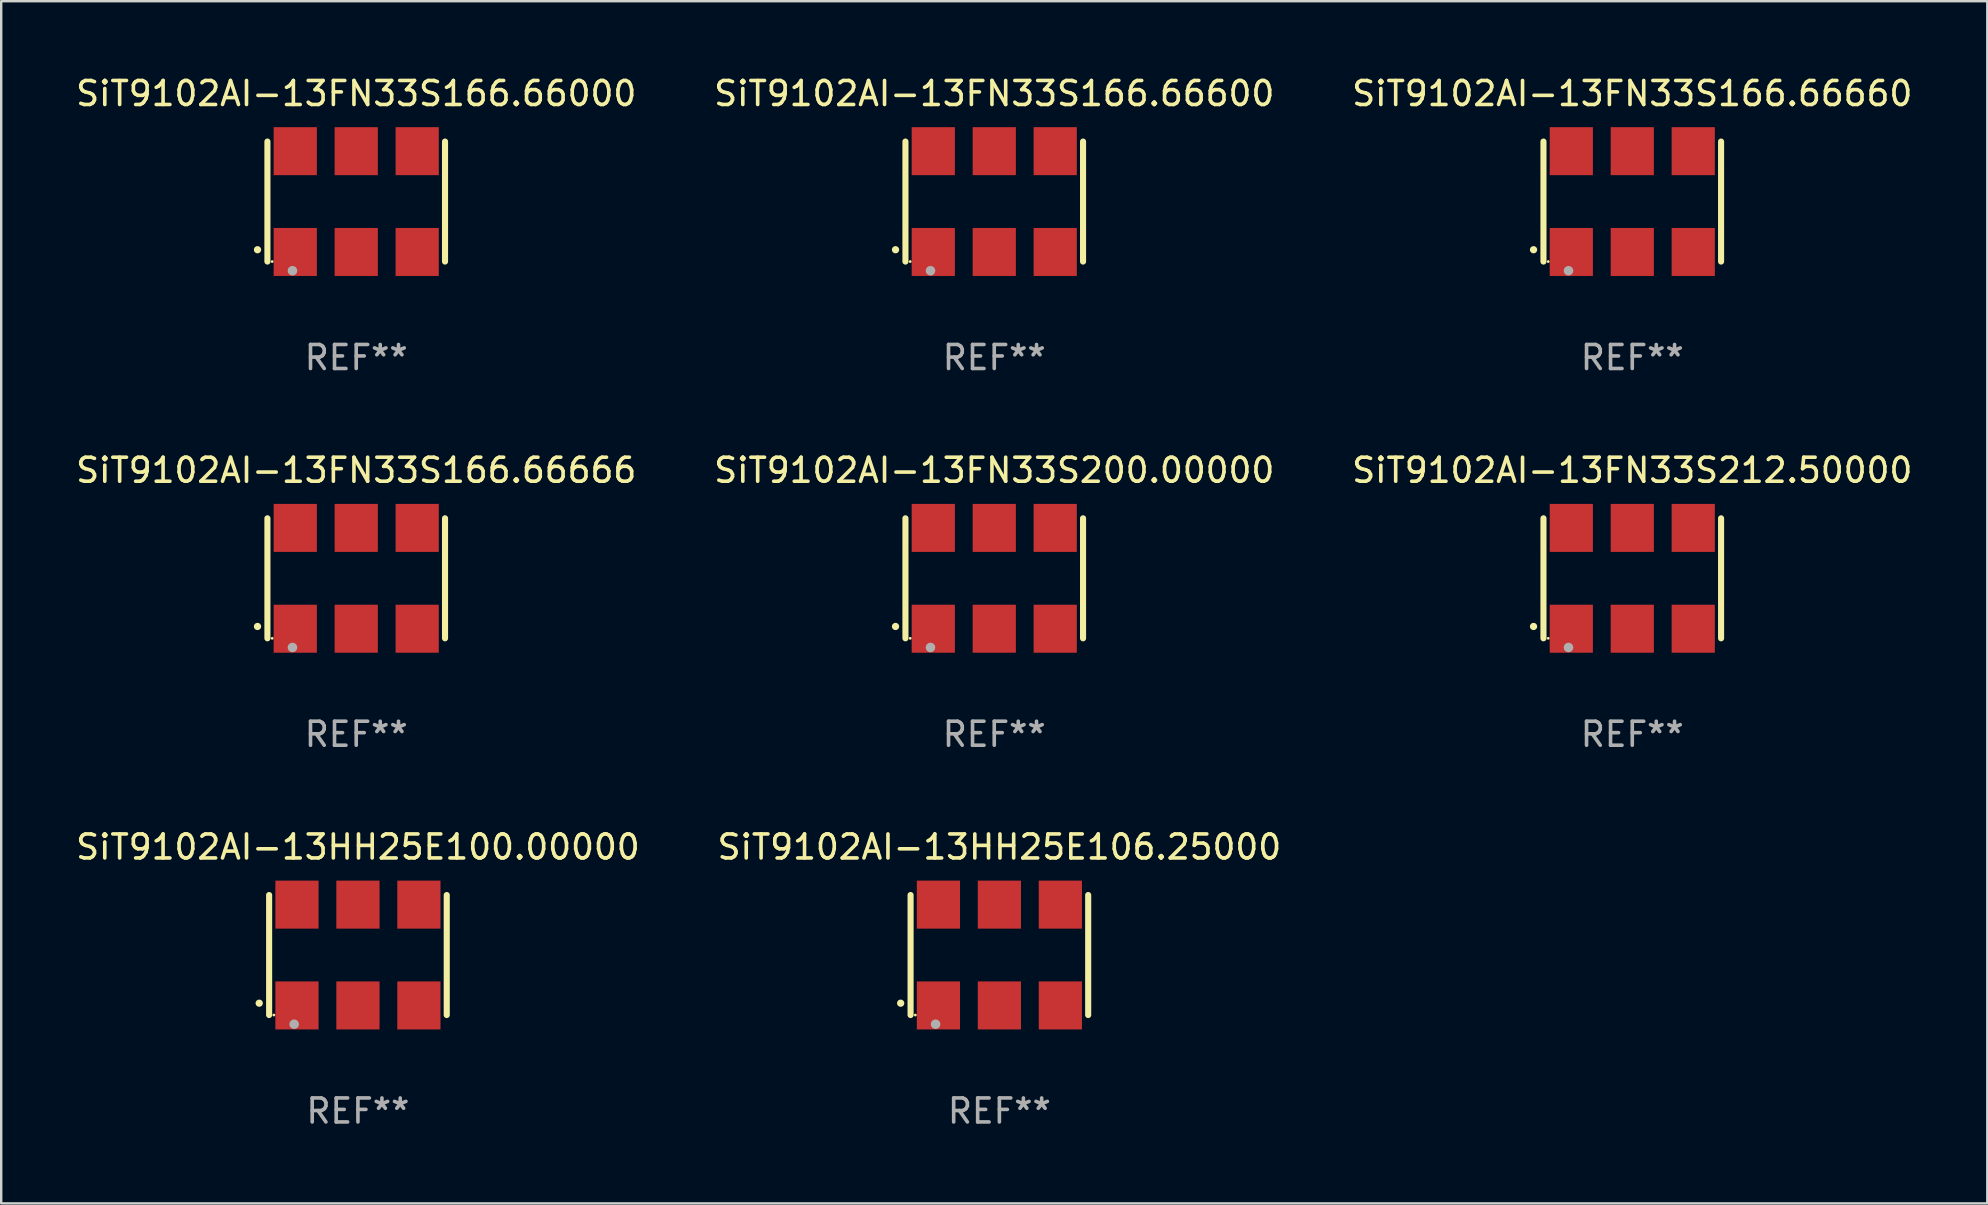
<source format=kicad_pcb>
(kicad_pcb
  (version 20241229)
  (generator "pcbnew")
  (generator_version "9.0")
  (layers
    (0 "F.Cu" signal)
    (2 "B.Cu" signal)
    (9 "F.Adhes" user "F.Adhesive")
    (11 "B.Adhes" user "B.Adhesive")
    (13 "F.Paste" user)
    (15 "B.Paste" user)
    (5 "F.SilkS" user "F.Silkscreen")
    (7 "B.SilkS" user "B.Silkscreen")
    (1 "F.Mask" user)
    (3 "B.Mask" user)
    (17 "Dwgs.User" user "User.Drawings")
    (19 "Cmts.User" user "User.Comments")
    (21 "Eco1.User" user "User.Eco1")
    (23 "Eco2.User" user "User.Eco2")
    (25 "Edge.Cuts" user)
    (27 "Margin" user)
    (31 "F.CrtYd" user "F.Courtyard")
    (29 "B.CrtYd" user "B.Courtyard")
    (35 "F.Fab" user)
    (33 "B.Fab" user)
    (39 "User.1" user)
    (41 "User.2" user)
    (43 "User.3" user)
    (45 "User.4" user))
  (footprint "SiT9102AI-13FN33S166.66666"
    (layer "F.Cu")
    (at 11.792 21.045)
    (property "Reference" "SiT9102AI-13FN33S166.66666" (at 0 -4.5 0) (layer "F.SilkS") (effects (font (size 1 1) (thickness 0.15))))
    (attr through_hole)
    (fp_line (start -3.7 -2.5) (end -3.7 2.5) (stroke (width 0.254) (type solid)) (layer "F.SilkS"))
    (fp_line (start 3.7 -2.5) (end 3.7 2.5) (stroke (width 0.254) (type solid)) (layer "F.SilkS"))
    (fp_arc (start -4.114415 2.006604) (mid -4.113145 2.006599) (end -4.111875 2.006604) (stroke (width 0.3) (type solid)) (layer "F.SilkS"))
    (fp_circle (center -3.502 2.5) (end -3.472 2.5) (stroke (width 0.06) (type solid)) (fill no) (layer "F.SilkS"))
    (fp_circle (center -2.657 2.882) (end -2.557 2.882) (stroke (width 0.2) (type solid)) (fill no) (layer "F.Fab"))
    (fp_text user "REF**" (at 0 6.5 0) (layer "F.Fab") (effects (font (size 1 1) (thickness 0.15))))
    (pad "1" smd rect (at -2.54 2.1) (size 1.8 2) (layers "F.Cu" "F.Mask" "F.Paste"))
    (pad "2" smd rect (at 0.000394 2.1) (size 1.8 2) (layers "F.Cu" "F.Mask" "F.Paste"))
    (pad "3" smd rect (at 2.54 2.1) (size 1.8 2) (layers "F.Cu" "F.Mask" "F.Paste"))
    (pad "4" smd rect (at 2.54 -2.1) (size 1.8 2) (layers "F.Cu" "F.Mask" "F.Paste"))
    (pad "5" smd rect (at 0.000394 -2.1) (size 1.8 2) (layers "F.Cu" "F.Mask" "F.Paste"))
    (pad "6" smd rect (at -2.54 -2.1) (size 1.8 2) (layers "F.Cu" "F.Mask" "F.Paste")))
  (footprint "SiT9102AI-13HH25E106.25000"
    (layer "F.Cu")
    (at 38.589 36.741)
    (property "Reference" "SiT9102AI-13HH25E106.25000" (at 0 -4.5 0) (layer "F.SilkS") (effects (font (size 1 1) (thickness 0.15))))
    (attr through_hole)
    (fp_line (start -3.7 -2.5) (end -3.7 2.5) (stroke (width 0.254) (type solid)) (layer "F.SilkS"))
    (fp_line (start 3.7 -2.5) (end 3.7 2.5) (stroke (width 0.254) (type solid)) (layer "F.SilkS"))
    (fp_arc (start -4.114415 2.006604) (mid -4.113145 2.006599) (end -4.111875 2.006604) (stroke (width 0.3) (type solid)) (layer "F.SilkS"))
    (fp_circle (center -3.502 2.5) (end -3.472 2.5) (stroke (width 0.06) (type solid)) (fill no) (layer "F.SilkS"))
    (fp_circle (center -2.657 2.882) (end -2.557 2.882) (stroke (width 0.2) (type solid)) (fill no) (layer "F.Fab"))
    (fp_text user "REF**" (at 0 6.5 0) (layer "F.Fab") (effects (font (size 1 1) (thickness 0.15))))
    (pad "1" smd rect (at -2.54 2.1) (size 1.8 2) (layers "F.Cu" "F.Mask" "F.Paste"))
    (pad "2" smd rect (at 0.000394 2.1) (size 1.8 2) (layers "F.Cu" "F.Mask" "F.Paste"))
    (pad "3" smd rect (at 2.54 2.1) (size 1.8 2) (layers "F.Cu" "F.Mask" "F.Paste"))
    (pad "4" smd rect (at 2.54 -2.1) (size 1.8 2) (layers "F.Cu" "F.Mask" "F.Paste"))
    (pad "5" smd rect (at 0.000394 -2.1) (size 1.8 2) (layers "F.Cu" "F.Mask" "F.Paste"))
    (pad "6" smd rect (at -2.54 -2.1) (size 1.8 2) (layers "F.Cu" "F.Mask" "F.Paste")))
  (footprint "SiT9102AI-13FN33S166.66600"
    (layer "F.Cu")
    (at 38.375 5.348)
    (property "Reference" "SiT9102AI-13FN33S166.66600" (at 0 -4.5 0) (layer "F.SilkS") (effects (font (size 1 1) (thickness 0.15))))
    (attr through_hole)
    (fp_line (start -3.7 -2.5) (end -3.7 2.5) (stroke (width 0.254) (type solid)) (layer "F.SilkS"))
    (fp_line (start 3.7 -2.5) (end 3.7 2.5) (stroke (width 0.254) (type solid)) (layer "F.SilkS"))
    (fp_arc (start -4.114415 2.006604) (mid -4.113145 2.006599) (end -4.111875 2.006604) (stroke (width 0.3) (type solid)) (layer "F.SilkS"))
    (fp_circle (center -3.502 2.5) (end -3.472 2.5) (stroke (width 0.06) (type solid)) (fill no) (layer "F.SilkS"))
    (fp_circle (center -2.657 2.882) (end -2.557 2.882) (stroke (width 0.2) (type solid)) (fill no) (layer "F.Fab"))
    (fp_text user "REF**" (at 0 6.5 0) (layer "F.Fab") (effects (font (size 1 1) (thickness 0.15))))
    (pad "1" smd rect (at -2.54 2.1) (size 1.8 2) (layers "F.Cu" "F.Mask" "F.Paste"))
    (pad "2" smd rect (at 0.000394 2.1) (size 1.8 2) (layers "F.Cu" "F.Mask" "F.Paste"))
    (pad "3" smd rect (at 2.54 2.1) (size 1.8 2) (layers "F.Cu" "F.Mask" "F.Paste"))
    (pad "4" smd rect (at 2.54 -2.1) (size 1.8 2) (layers "F.Cu" "F.Mask" "F.Paste"))
    (pad "5" smd rect (at 0.000394 -2.1) (size 1.8 2) (layers "F.Cu" "F.Mask" "F.Paste"))
    (pad "6" smd rect (at -2.54 -2.1) (size 1.8 2) (layers "F.Cu" "F.Mask" "F.Paste")))
  (footprint "SiT9102AI-13FN33S166.66660"
    (layer "F.Cu")
    (at 64.958 5.348)
    (property "Reference" "SiT9102AI-13FN33S166.66660" (at 0 -4.5 0) (layer "F.SilkS") (effects (font (size 1 1) (thickness 0.15))))
    (attr through_hole)
    (fp_line (start -3.7 -2.5) (end -3.7 2.5) (stroke (width 0.254) (type solid)) (layer "F.SilkS"))
    (fp_line (start 3.7 -2.5) (end 3.7 2.5) (stroke (width 0.254) (type solid)) (layer "F.SilkS"))
    (fp_arc (start -4.114415 2.006604) (mid -4.113145 2.006599) (end -4.111875 2.006604) (stroke (width 0.3) (type solid)) (layer "F.SilkS"))
    (fp_circle (center -3.502 2.5) (end -3.472 2.5) (stroke (width 0.06) (type solid)) (fill no) (layer "F.SilkS"))
    (fp_circle (center -2.657 2.882) (end -2.557 2.882) (stroke (width 0.2) (type solid)) (fill no) (layer "F.Fab"))
    (fp_text user "REF**" (at 0 6.5 0) (layer "F.Fab") (effects (font (size 1 1) (thickness 0.15))))
    (pad "1" smd rect (at -2.54 2.1) (size 1.8 2) (layers "F.Cu" "F.Mask" "F.Paste"))
    (pad "2" smd rect (at 0.000394 2.1) (size 1.8 2) (layers "F.Cu" "F.Mask" "F.Paste"))
    (pad "3" smd rect (at 2.54 2.1) (size 1.8 2) (layers "F.Cu" "F.Mask" "F.Paste"))
    (pad "4" smd rect (at 2.54 -2.1) (size 1.8 2) (layers "F.Cu" "F.Mask" "F.Paste"))
    (pad "5" smd rect (at 0.000394 -2.1) (size 1.8 2) (layers "F.Cu" "F.Mask" "F.Paste"))
    (pad "6" smd rect (at -2.54 -2.1) (size 1.8 2) (layers "F.Cu" "F.Mask" "F.Paste")))
  (footprint "SiT9102AI-13FN33S166.66000"
    (layer "F.Cu")
    (at 11.792 5.348)
    (property "Reference" "SiT9102AI-13FN33S166.66000" (at 0 -4.5 0) (layer "F.SilkS") (effects (font (size 1 1) (thickness 0.15))))
    (attr through_hole)
    (fp_line (start -3.7 -2.5) (end -3.7 2.5) (stroke (width 0.254) (type solid)) (layer "F.SilkS"))
    (fp_line (start 3.7 -2.5) (end 3.7 2.5) (stroke (width 0.254) (type solid)) (layer "F.SilkS"))
    (fp_arc (start -4.114415 2.006604) (mid -4.113145 2.006599) (end -4.111875 2.006604) (stroke (width 0.3) (type solid)) (layer "F.SilkS"))
    (fp_circle (center -3.502 2.5) (end -3.472 2.5) (stroke (width 0.06) (type solid)) (fill no) (layer "F.SilkS"))
    (fp_circle (center -2.657 2.882) (end -2.557 2.882) (stroke (width 0.2) (type solid)) (fill no) (layer "F.Fab"))
    (fp_text user "REF**" (at 0 6.5 0) (layer "F.Fab") (effects (font (size 1 1) (thickness 0.15))))
    (pad "1" smd rect (at -2.54 2.1) (size 1.8 2) (layers "F.Cu" "F.Mask" "F.Paste"))
    (pad "2" smd rect (at 0.000394 2.1) (size 1.8 2) (layers "F.Cu" "F.Mask" "F.Paste"))
    (pad "3" smd rect (at 2.54 2.1) (size 1.8 2) (layers "F.Cu" "F.Mask" "F.Paste"))
    (pad "4" smd rect (at 2.54 -2.1) (size 1.8 2) (layers "F.Cu" "F.Mask" "F.Paste"))
    (pad "5" smd rect (at 0.000394 -2.1) (size 1.8 2) (layers "F.Cu" "F.Mask" "F.Paste"))
    (pad "6" smd rect (at -2.54 -2.1) (size 1.8 2) (layers "F.Cu" "F.Mask" "F.Paste")))
  (footprint "SiT9102AI-13FN33S212.50000"
    (layer "F.Cu")
    (at 64.958 21.045)
    (property "Reference" "SiT9102AI-13FN33S212.50000" (at 0 -4.5 0) (layer "F.SilkS") (effects (font (size 1 1) (thickness 0.15))))
    (attr through_hole)
    (fp_line (start -3.7 -2.5) (end -3.7 2.5) (stroke (width 0.254) (type solid)) (layer "F.SilkS"))
    (fp_line (start 3.7 -2.5) (end 3.7 2.5) (stroke (width 0.254) (type solid)) (layer "F.SilkS"))
    (fp_arc (start -4.114415 2.006604) (mid -4.113145 2.006599) (end -4.111875 2.006604) (stroke (width 0.3) (type solid)) (layer "F.SilkS"))
    (fp_circle (center -3.502 2.5) (end -3.472 2.5) (stroke (width 0.06) (type solid)) (fill no) (layer "F.SilkS"))
    (fp_circle (center -2.657 2.882) (end -2.557 2.882) (stroke (width 0.2) (type solid)) (fill no) (layer "F.Fab"))
    (fp_text user "REF**" (at 0 6.5 0) (layer "F.Fab") (effects (font (size 1 1) (thickness 0.15))))
    (pad "1" smd rect (at -2.54 2.1) (size 1.8 2) (layers "F.Cu" "F.Mask" "F.Paste"))
    (pad "2" smd rect (at 0.000394 2.1) (size 1.8 2) (layers "F.Cu" "F.Mask" "F.Paste"))
    (pad "3" smd rect (at 2.54 2.1) (size 1.8 2) (layers "F.Cu" "F.Mask" "F.Paste"))
    (pad "4" smd rect (at 2.54 -2.1) (size 1.8 2) (layers "F.Cu" "F.Mask" "F.Paste"))
    (pad "5" smd rect (at 0.000394 -2.1) (size 1.8 2) (layers "F.Cu" "F.Mask" "F.Paste"))
    (pad "6" smd rect (at -2.54 -2.1) (size 1.8 2) (layers "F.Cu" "F.Mask" "F.Paste")))
  (footprint "SiT9102AI-13FN33S200.00000"
    (layer "F.Cu")
    (at 38.375 21.045)
    (property "Reference" "SiT9102AI-13FN33S200.00000" (at 0 -4.5 0) (layer "F.SilkS") (effects (font (size 1 1) (thickness 0.15))))
    (attr through_hole)
    (fp_line (start -3.7 -2.5) (end -3.7 2.5) (stroke (width 0.254) (type solid)) (layer "F.SilkS"))
    (fp_line (start 3.7 -2.5) (end 3.7 2.5) (stroke (width 0.254) (type solid)) (layer "F.SilkS"))
    (fp_arc (start -4.114415 2.006604) (mid -4.113145 2.006599) (end -4.111875 2.006604) (stroke (width 0.3) (type solid)) (layer "F.SilkS"))
    (fp_circle (center -3.502 2.5) (end -3.472 2.5) (stroke (width 0.06) (type solid)) (fill no) (layer "F.SilkS"))
    (fp_circle (center -2.657 2.882) (end -2.557 2.882) (stroke (width 0.2) (type solid)) (fill no) (layer "F.Fab"))
    (fp_text user "REF**" (at 0 6.5 0) (layer "F.Fab") (effects (font (size 1 1) (thickness 0.15))))
    (pad "1" smd rect (at -2.54 2.1) (size 1.8 2) (layers "F.Cu" "F.Mask" "F.Paste"))
    (pad "2" smd rect (at 0.000394 2.1) (size 1.8 2) (layers "F.Cu" "F.Mask" "F.Paste"))
    (pad "3" smd rect (at 2.54 2.1) (size 1.8 2) (layers "F.Cu" "F.Mask" "F.Paste"))
    (pad "4" smd rect (at 2.54 -2.1) (size 1.8 2) (layers "F.Cu" "F.Mask" "F.Paste"))
    (pad "5" smd rect (at 0.000394 -2.1) (size 1.8 2) (layers "F.Cu" "F.Mask" "F.Paste"))
    (pad "6" smd rect (at -2.54 -2.1) (size 1.8 2) (layers "F.Cu" "F.Mask" "F.Paste")))
  (footprint "SiT9102AI-13HH25E100.00000"
    (layer "F.Cu")
    (at 11.863 36.741)
    (property "Reference" "SiT9102AI-13HH25E100.00000" (at 0 -4.5 0) (layer "F.SilkS") (effects (font (size 1 1) (thickness 0.15))))
    (attr through_hole)
    (fp_line (start -3.7 -2.5) (end -3.7 2.5) (stroke (width 0.254) (type solid)) (layer "F.SilkS"))
    (fp_line (start 3.7 -2.5) (end 3.7 2.5) (stroke (width 0.254) (type solid)) (layer "F.SilkS"))
    (fp_arc (start -4.114415 2.006604) (mid -4.113145 2.006599) (end -4.111875 2.006604) (stroke (width 0.3) (type solid)) (layer "F.SilkS"))
    (fp_circle (center -3.502 2.5) (end -3.472 2.5) (stroke (width 0.06) (type solid)) (fill no) (layer "F.SilkS"))
    (fp_circle (center -2.657 2.882) (end -2.557 2.882) (stroke (width 0.2) (type solid)) (fill no) (layer "F.Fab"))
    (fp_text user "REF**" (at 0 6.5 0) (layer "F.Fab") (effects (font (size 1 1) (thickness 0.15))))
    (pad "1" smd rect (at -2.54 2.1) (size 1.8 2) (layers "F.Cu" "F.Mask" "F.Paste"))
    (pad "2" smd rect (at 0.000394 2.1) (size 1.8 2) (layers "F.Cu" "F.Mask" "F.Paste"))
    (pad "3" smd rect (at 2.54 2.1) (size 1.8 2) (layers "F.Cu" "F.Mask" "F.Paste"))
    (pad "4" smd rect (at 2.54 -2.1) (size 1.8 2) (layers "F.Cu" "F.Mask" "F.Paste"))
    (pad "5" smd rect (at 0.000394 -2.1) (size 1.8 2) (layers "F.Cu" "F.Mask" "F.Paste"))
    (pad "6" smd rect (at -2.54 -2.1) (size 1.8 2) (layers "F.Cu" "F.Mask" "F.Paste")))
  (gr_rect
    (start -3 -3)
    (end 79.75 47.09)
    (stroke (width 0.1) (type default))
    (fill no)
    (layer "Edge.Cuts")))
</source>
